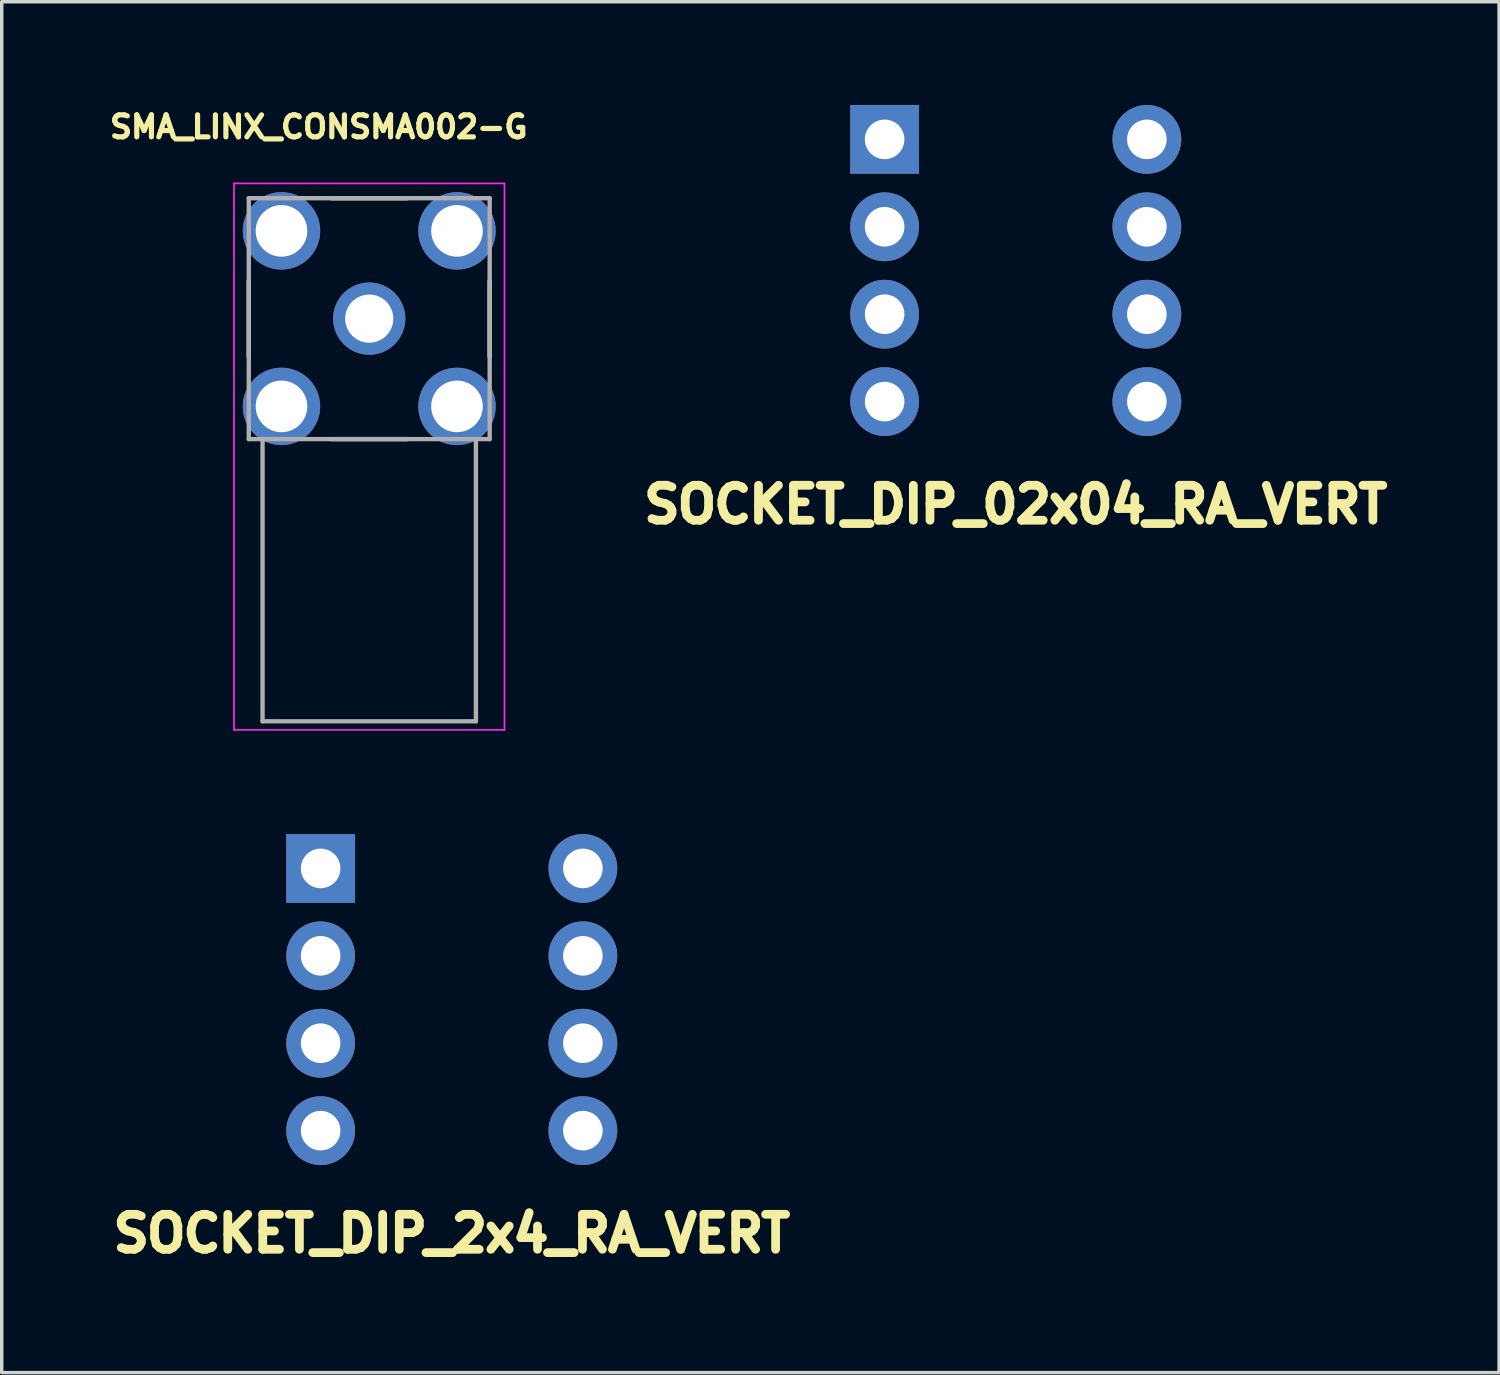
<source format=kicad_pcb>
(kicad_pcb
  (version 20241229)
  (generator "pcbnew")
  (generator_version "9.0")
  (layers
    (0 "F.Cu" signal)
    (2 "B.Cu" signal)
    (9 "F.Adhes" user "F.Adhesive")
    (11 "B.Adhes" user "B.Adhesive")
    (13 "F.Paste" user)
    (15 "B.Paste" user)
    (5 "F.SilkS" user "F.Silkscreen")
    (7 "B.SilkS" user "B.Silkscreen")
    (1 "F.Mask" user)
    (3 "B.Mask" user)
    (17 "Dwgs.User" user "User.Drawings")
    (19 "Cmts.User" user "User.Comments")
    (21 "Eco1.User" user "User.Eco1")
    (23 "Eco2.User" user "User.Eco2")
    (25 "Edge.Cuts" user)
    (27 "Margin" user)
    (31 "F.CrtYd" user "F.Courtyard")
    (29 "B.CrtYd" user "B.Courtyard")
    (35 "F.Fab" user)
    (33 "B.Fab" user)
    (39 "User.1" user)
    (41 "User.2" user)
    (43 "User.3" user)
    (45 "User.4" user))
  (footprint "SOCKET_DIP_02x04_RA_VERT"
    (layer "F.Cu")
    (at 26.465 4.81)
    (property "Reference" "SOCKET_DIP_02x04_RA_VERT" (at 0 6.8 180) (layer "F.SilkS") (effects (font (size 1.016 1.016) (thickness 0.254))))
    (attr through_hole)
    (pad "1" thru_hole rect (at -3.81 -3.81 90) (size 2 2) (drill 1.15) (layers "*.Cu" "*.Mask"))
    (pad "2" thru_hole circle (at -3.81 -1.27 90) (size 2 2) (drill 1.15) (layers "*.Cu" "*.Mask"))
    (pad "3" thru_hole circle (at -3.81 1.27 90) (size 2 2) (drill 1.15) (layers "*.Cu" "*.Mask"))
    (pad "4" thru_hole circle (at -3.81 3.81 90) (size 2 2) (drill 1.15) (layers "*.Cu" "*.Mask"))
    (pad "5" thru_hole circle (at 3.81 3.81 90) (size 2 2) (drill 1.15) (layers "*.Cu" "*.Mask"))
    (pad "6" thru_hole circle (at 3.81 1.27 90) (size 2 2) (drill 1.15) (layers "*.Cu" "*.Mask"))
    (pad "7" thru_hole circle (at 3.81 -1.27 90) (size 2 2) (drill 1.15) (layers "*.Cu" "*.Mask"))
    (pad "8" thru_hole circle (at 3.81 -3.81 90) (size 2 2) (drill 1.15) (layers "*.Cu" "*.Mask")))
  (footprint "SOCKET_DIP_2x4_RA_VERT"
    (layer "F.Cu")
    (at 10.077 25.994)
    (property "Reference" "SOCKET_DIP_2x4_RA_VERT" (at 0 6.8 180) (layer "F.SilkS") (effects (font (size 1.016 1.016) (thickness 0.254))))
    (attr through_hole)
    (pad "1" thru_hole rect (at -3.81 -3.81 90) (size 2 2) (drill 1.15) (layers "*.Cu" "*.Mask"))
    (pad "2" thru_hole circle (at -3.81 -1.27 90) (size 2 2) (drill 1.15) (layers "*.Cu" "*.Mask"))
    (pad "3" thru_hole circle (at -3.81 1.27 90) (size 2 2) (drill 1.15) (layers "*.Cu" "*.Mask"))
    (pad "4" thru_hole circle (at -3.81 3.81 90) (size 2 2) (drill 1.15) (layers "*.Cu" "*.Mask"))
    (pad "5" thru_hole circle (at 3.81 3.81 90) (size 2 2) (drill 1.15) (layers "*.Cu" "*.Mask"))
    (pad "6" thru_hole circle (at 3.81 1.27 90) (size 2 2) (drill 1.15) (layers "*.Cu" "*.Mask"))
    (pad "7" thru_hole circle (at 3.81 -1.27 90) (size 2 2) (drill 1.15) (layers "*.Cu" "*.Mask"))
    (pad "8" thru_hole circle (at 3.81 -3.81 90) (size 2 2) (drill 1.15) (layers "*.Cu" "*.Mask")))
  (footprint "SMA_LINX_CONSMA002-G"
    (layer "F.Cu")
    (at 7.679 6.209)
    (property "Reference" "SMA_LINX_CONSMA002-G" (at -1.468 -5.571 0) (layer "F.SilkS") (effects (font (size 0.64 0.64) (thickness 0.15))))
    (attr through_hole)
    (fp_line (start -3.5 -1.1) (end -3.5 1.1) (stroke (width 0.127) (type solid)) (layer "F.SilkS"))
    (fp_line (start -1.1 -3.5) (end 1.1 -3.5) (stroke (width 0.127) (type solid)) (layer "F.SilkS"))
    (fp_line (start -1.1 3.5) (end 1.1 3.5) (stroke (width 0.127) (type solid)) (layer "F.SilkS"))
    (fp_line (start 3.5 -1.1) (end 3.5 1.1) (stroke (width 0.127) (type solid)) (layer "F.SilkS"))
    (fp_line (start -3.93 -3.93) (end 3.93 -3.93) (stroke (width 0.05) (type solid)) (layer "F.CrtYd"))
    (fp_line (start -3.93 11.95) (end -3.93 -3.93) (stroke (width 0.05) (type solid)) (layer "F.CrtYd"))
    (fp_line (start 3.93 -3.93) (end 3.93 11.95) (stroke (width 0.05) (type solid)) (layer "F.CrtYd"))
    (fp_line (start 3.93 11.95) (end -3.93 11.95) (stroke (width 0.05) (type solid)) (layer "F.CrtYd"))
    (fp_line (start -3.5 -3.5) (end 3.5 -3.5) (stroke (width 0.127) (type solid)) (layer "F.Fab"))
    (fp_line (start -3.5 3.5) (end -3.5 -3.5) (stroke (width 0.127) (type solid)) (layer "F.Fab"))
    (fp_line (start -3.1 3.5) (end -3.5 3.5) (stroke (width 0.127) (type solid)) (layer "F.Fab"))
    (fp_line (start -3.1 3.5) (end -3.1 11.7) (stroke (width 0.127) (type solid)) (layer "F.Fab"))
    (fp_line (start -3.1 11.7) (end 3.1 11.7) (stroke (width 0.127) (type solid)) (layer "F.Fab"))
    (fp_line (start 3.1 3.5) (end -3.1 3.5) (stroke (width 0.127) (type solid)) (layer "F.Fab"))
    (fp_line (start 3.1 11.7) (end 3.1 3.5) (stroke (width 0.127) (type solid)) (layer "F.Fab"))
    (fp_line (start 3.5 -3.5) (end 3.5 3.5) (stroke (width 0.127) (type solid)) (layer "F.Fab"))
    (fp_line (start 3.5 3.5) (end 3.1 3.5) (stroke (width 0.127) (type solid)) (layer "F.Fab"))
    (pad "1" thru_hole circle (at 0 0) (size 2.1 2.1) (drill 1.4) (layers "*.Cu" "*.Mask"))
    (pad "2" thru_hole circle (at -2.55 -2.55) (size 2.25 2.25) (drill 1.5) (layers "*.Cu" "*.Mask"))
    (pad "2" thru_hole circle (at -2.55 2.55) (size 2.25 2.25) (drill 1.5) (layers "*.Cu" "*.Mask"))
    (pad "2" thru_hole circle (at 2.55 -2.55) (size 2.25 2.25) (drill 1.5) (layers "*.Cu" "*.Mask"))
    (pad "2" thru_hole circle (at 2.55 2.55) (size 2.25 2.25) (drill 1.5) (layers "*.Cu" "*.Mask")))
  (gr_rect
    (start -3 -3)
    (end 40.509 36.834)
    (stroke (width 0.1) (type default))
    (fill no)
    (layer "Edge.Cuts")))
</source>
